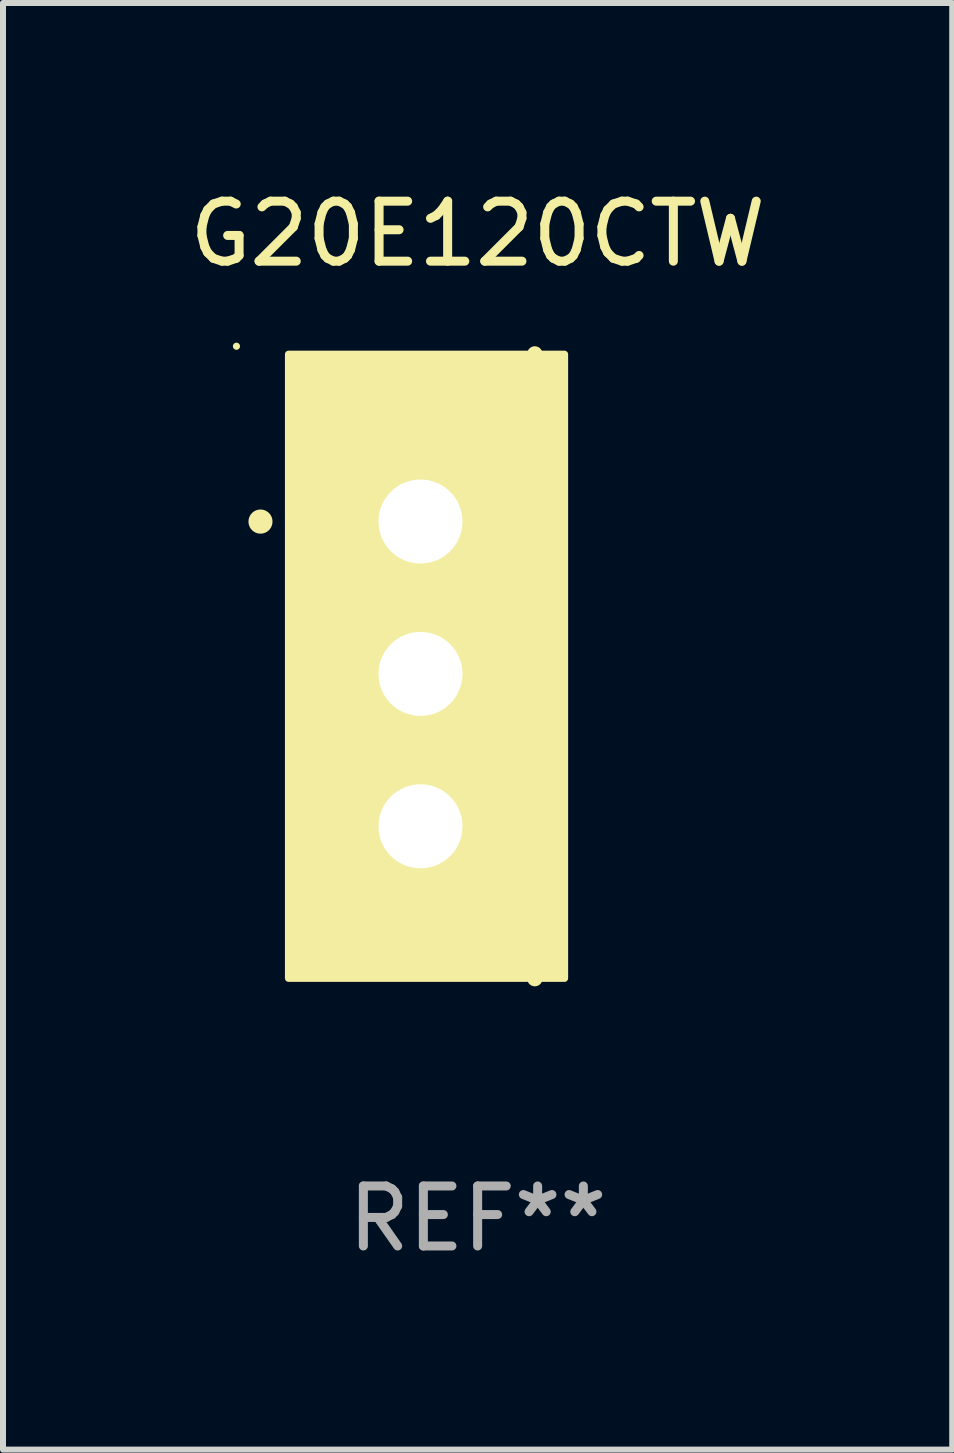
<source format=kicad_pcb>
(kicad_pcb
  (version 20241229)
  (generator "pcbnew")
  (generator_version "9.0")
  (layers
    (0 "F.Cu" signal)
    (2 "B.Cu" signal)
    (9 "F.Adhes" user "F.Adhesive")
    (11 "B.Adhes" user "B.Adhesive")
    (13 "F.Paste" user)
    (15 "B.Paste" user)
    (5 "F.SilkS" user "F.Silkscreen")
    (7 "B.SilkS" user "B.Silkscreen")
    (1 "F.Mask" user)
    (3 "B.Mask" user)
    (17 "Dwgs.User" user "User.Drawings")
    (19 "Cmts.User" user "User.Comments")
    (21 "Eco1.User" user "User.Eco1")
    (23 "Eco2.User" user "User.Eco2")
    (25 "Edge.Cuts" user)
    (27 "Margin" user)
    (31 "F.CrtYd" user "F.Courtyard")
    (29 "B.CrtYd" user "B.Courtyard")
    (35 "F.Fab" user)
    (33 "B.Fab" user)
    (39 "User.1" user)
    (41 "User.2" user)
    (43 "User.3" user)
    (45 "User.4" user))
  (footprint "G20E120CTW"
    (layer "F.Cu")
    (at 4.911 8.055)
    (property "Reference" "G20E120CTW" (at 0 -7.207 0) (layer "F.SilkS") (effects (font (size 1 1) (thickness 0.15))))
    (attr through_hole)
    (fp_line (start 0.953 5.207) (end 0.953 -5.207) (stroke (width 0.254) (type solid)) (layer "F.SilkS"))
    (fp_arc (start -3.619507 -2.410465) (mid -3.619511 -2.411735) (end -3.619507 -2.413005) (stroke (width 0.4) (type solid)) (layer "F.SilkS"))
    (fp_circle (center -4.02 -5.334) (end -3.99 -5.334) (stroke (width 0.06) (type solid)) (fill no) (layer "F.SilkS"))
    (fp_poly (pts (xy -3.152 -5.2) (xy 1.448 -5.2) (xy 1.448 5.2) (xy -3.152 5.2)) (stroke (width 0.12) (type solid)) (fill yes) (layer "F.SilkS"))
    (fp_text user "REF**" (at 0 9.207 0) (layer "F.Fab") (effects (font (size 1 1) (thickness 0.15))))
    (pad "1" thru_hole rect (at -0.953 -2.413 270) (size 2 2.5) (drill 1.4) (layers "*.Cu" "*.Mask"))
    (pad "2" thru_hole oval (at -0.953 0.127 270) (size 2 2.5) (drill 1.4) (layers "*.Cu" "*.Mask"))
    (pad "3" thru_hole oval (at -0.953 2.667 270) (size 2 2.5) (drill 1.4) (layers "*.Cu" "*.Mask")))
  (gr_rect
    (start -3 -3)
    (end 12.821 21.111)
    (stroke (width 0.1) (type default))
    (fill no)
    (layer "Edge.Cuts")))
</source>
